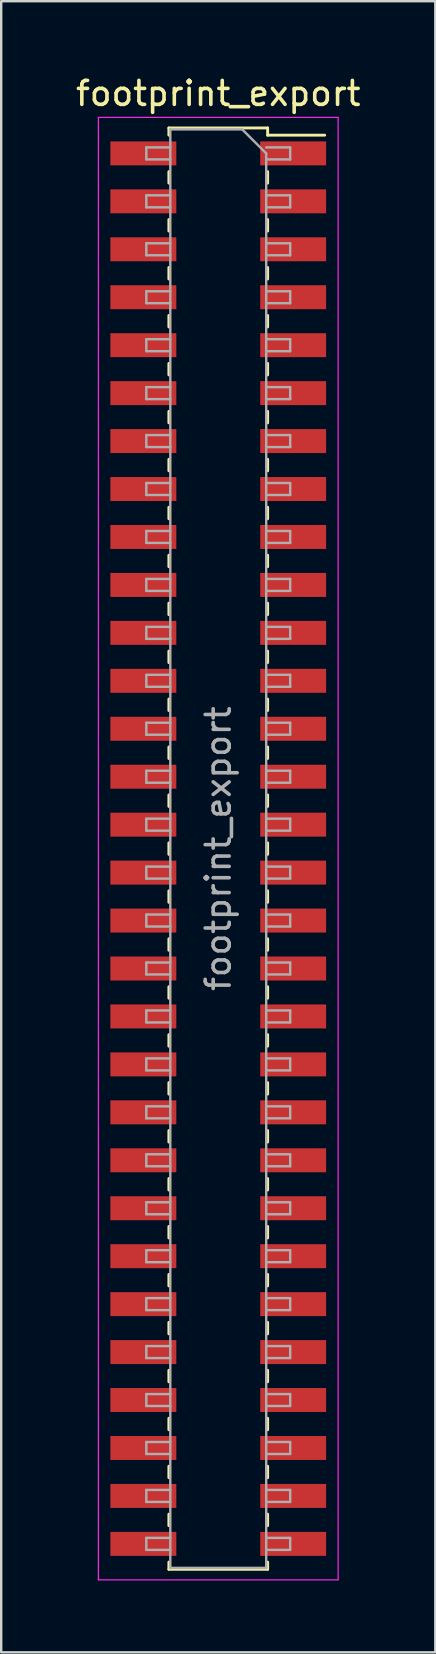
<source format=kicad_pcb>
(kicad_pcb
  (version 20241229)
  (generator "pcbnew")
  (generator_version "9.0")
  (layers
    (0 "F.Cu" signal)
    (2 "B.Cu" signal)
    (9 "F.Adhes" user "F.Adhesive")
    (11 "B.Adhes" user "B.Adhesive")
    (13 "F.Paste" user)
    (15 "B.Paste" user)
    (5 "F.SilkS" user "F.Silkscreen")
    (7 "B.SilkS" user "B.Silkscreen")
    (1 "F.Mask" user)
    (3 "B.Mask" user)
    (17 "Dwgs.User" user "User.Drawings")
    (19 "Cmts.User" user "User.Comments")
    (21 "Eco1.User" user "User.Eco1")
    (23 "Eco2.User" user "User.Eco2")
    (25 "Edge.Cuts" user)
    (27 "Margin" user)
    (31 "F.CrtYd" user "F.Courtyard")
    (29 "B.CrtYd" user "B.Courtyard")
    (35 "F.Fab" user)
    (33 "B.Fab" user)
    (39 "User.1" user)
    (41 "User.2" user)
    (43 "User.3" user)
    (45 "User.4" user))
  (footprint "footprint_export"
    (layer "F.Cu")
    (at 6.054 32.348)
    (property "Reference" "footprint_export" (at 0 -31.5 0) (layer "F.SilkS") (effects (font (size 1 1) (thickness 0.15))))
    (attr smd)
    (fp_line (start -2.06 -30.06) (end -2.06 -29.76) (stroke (width 0.12) (type solid)) (layer "F.SilkS"))
    (fp_line (start -2.06 -30.06) (end 2.06 -30.06) (stroke (width 0.12) (type solid)) (layer "F.SilkS"))
    (fp_line (start -2.06 -28.24) (end -2.06 -27.76) (stroke (width 0.12) (type solid)) (layer "F.SilkS"))
    (fp_line (start -2.06 -26.24) (end -2.06 -25.76) (stroke (width 0.12) (type solid)) (layer "F.SilkS"))
    (fp_line (start -2.06 -24.24) (end -2.06 -23.76) (stroke (width 0.12) (type solid)) (layer "F.SilkS"))
    (fp_line (start -2.06 -22.24) (end -2.06 -21.76) (stroke (width 0.12) (type solid)) (layer "F.SilkS"))
    (fp_line (start -2.06 -20.24) (end -2.06 -19.76) (stroke (width 0.12) (type solid)) (layer "F.SilkS"))
    (fp_line (start -2.06 -18.24) (end -2.06 -17.76) (stroke (width 0.12) (type solid)) (layer "F.SilkS"))
    (fp_line (start -2.06 -16.24) (end -2.06 -15.76) (stroke (width 0.12) (type solid)) (layer "F.SilkS"))
    (fp_line (start -2.06 -14.24) (end -2.06 -13.76) (stroke (width 0.12) (type solid)) (layer "F.SilkS"))
    (fp_line (start -2.06 -12.24) (end -2.06 -11.76) (stroke (width 0.12) (type solid)) (layer "F.SilkS"))
    (fp_line (start -2.06 -10.24) (end -2.06 -9.76) (stroke (width 0.12) (type solid)) (layer "F.SilkS"))
    (fp_line (start -2.06 -8.24) (end -2.06 -7.76) (stroke (width 0.12) (type solid)) (layer "F.SilkS"))
    (fp_line (start -2.06 -6.24) (end -2.06 -5.76) (stroke (width 0.12) (type solid)) (layer "F.SilkS"))
    (fp_line (start -2.06 -4.24) (end -2.06 -3.76) (stroke (width 0.12) (type solid)) (layer "F.SilkS"))
    (fp_line (start -2.06 -2.24) (end -2.06 -1.76) (stroke (width 0.12) (type solid)) (layer "F.SilkS"))
    (fp_line (start -2.06 -0.24) (end -2.06 0.24) (stroke (width 0.12) (type solid)) (layer "F.SilkS"))
    (fp_line (start -2.06 1.76) (end -2.06 2.24) (stroke (width 0.12) (type solid)) (layer "F.SilkS"))
    (fp_line (start -2.06 3.76) (end -2.06 4.24) (stroke (width 0.12) (type solid)) (layer "F.SilkS"))
    (fp_line (start -2.06 5.76) (end -2.06 6.24) (stroke (width 0.12) (type solid)) (layer "F.SilkS"))
    (fp_line (start -2.06 7.76) (end -2.06 8.24) (stroke (width 0.12) (type solid)) (layer "F.SilkS"))
    (fp_line (start -2.06 9.76) (end -2.06 10.24) (stroke (width 0.12) (type solid)) (layer "F.SilkS"))
    (fp_line (start -2.06 11.76) (end -2.06 12.24) (stroke (width 0.12) (type solid)) (layer "F.SilkS"))
    (fp_line (start -2.06 13.76) (end -2.06 14.24) (stroke (width 0.12) (type solid)) (layer "F.SilkS"))
    (fp_line (start -2.06 15.76) (end -2.06 16.24) (stroke (width 0.12) (type solid)) (layer "F.SilkS"))
    (fp_line (start -2.06 17.76) (end -2.06 18.24) (stroke (width 0.12) (type solid)) (layer "F.SilkS"))
    (fp_line (start -2.06 19.76) (end -2.06 20.24) (stroke (width 0.12) (type solid)) (layer "F.SilkS"))
    (fp_line (start -2.06 21.76) (end -2.06 22.24) (stroke (width 0.12) (type solid)) (layer "F.SilkS"))
    (fp_line (start -2.06 23.76) (end -2.06 24.24) (stroke (width 0.12) (type solid)) (layer "F.SilkS"))
    (fp_line (start -2.06 25.76) (end -2.06 26.24) (stroke (width 0.12) (type solid)) (layer "F.SilkS"))
    (fp_line (start -2.06 27.76) (end -2.06 28.24) (stroke (width 0.12) (type solid)) (layer "F.SilkS"))
    (fp_line (start -2.06 29.76) (end -2.06 30.06) (stroke (width 0.12) (type solid)) (layer "F.SilkS"))
    (fp_line (start -2.06 30.06) (end 2.06 30.06) (stroke (width 0.12) (type solid)) (layer "F.SilkS"))
    (fp_line (start 2.06 -30.06) (end 2.06 -29.76) (stroke (width 0.12) (type solid)) (layer "F.SilkS"))
    (fp_line (start 2.06 -29.76) (end 4.44 -29.76) (stroke (width 0.12) (type solid)) (layer "F.SilkS"))
    (fp_line (start 2.06 -28.24) (end 2.06 -27.76) (stroke (width 0.12) (type solid)) (layer "F.SilkS"))
    (fp_line (start 2.06 -26.24) (end 2.06 -25.76) (stroke (width 0.12) (type solid)) (layer "F.SilkS"))
    (fp_line (start 2.06 -24.24) (end 2.06 -23.76) (stroke (width 0.12) (type solid)) (layer "F.SilkS"))
    (fp_line (start 2.06 -22.24) (end 2.06 -21.76) (stroke (width 0.12) (type solid)) (layer "F.SilkS"))
    (fp_line (start 2.06 -20.24) (end 2.06 -19.76) (stroke (width 0.12) (type solid)) (layer "F.SilkS"))
    (fp_line (start 2.06 -18.24) (end 2.06 -17.76) (stroke (width 0.12) (type solid)) (layer "F.SilkS"))
    (fp_line (start 2.06 -16.24) (end 2.06 -15.76) (stroke (width 0.12) (type solid)) (layer "F.SilkS"))
    (fp_line (start 2.06 -14.24) (end 2.06 -13.76) (stroke (width 0.12) (type solid)) (layer "F.SilkS"))
    (fp_line (start 2.06 -12.24) (end 2.06 -11.76) (stroke (width 0.12) (type solid)) (layer "F.SilkS"))
    (fp_line (start 2.06 -10.24) (end 2.06 -9.76) (stroke (width 0.12) (type solid)) (layer "F.SilkS"))
    (fp_line (start 2.06 -8.24) (end 2.06 -7.76) (stroke (width 0.12) (type solid)) (layer "F.SilkS"))
    (fp_line (start 2.06 -6.24) (end 2.06 -5.76) (stroke (width 0.12) (type solid)) (layer "F.SilkS"))
    (fp_line (start 2.06 -4.24) (end 2.06 -3.76) (stroke (width 0.12) (type solid)) (layer "F.SilkS"))
    (fp_line (start 2.06 -2.24) (end 2.06 -1.76) (stroke (width 0.12) (type solid)) (layer "F.SilkS"))
    (fp_line (start 2.06 -0.24) (end 2.06 0.24) (stroke (width 0.12) (type solid)) (layer "F.SilkS"))
    (fp_line (start 2.06 1.76) (end 2.06 2.24) (stroke (width 0.12) (type solid)) (layer "F.SilkS"))
    (fp_line (start 2.06 3.76) (end 2.06 4.24) (stroke (width 0.12) (type solid)) (layer "F.SilkS"))
    (fp_line (start 2.06 5.76) (end 2.06 6.24) (stroke (width 0.12) (type solid)) (layer "F.SilkS"))
    (fp_line (start 2.06 7.76) (end 2.06 8.24) (stroke (width 0.12) (type solid)) (layer "F.SilkS"))
    (fp_line (start 2.06 9.76) (end 2.06 10.24) (stroke (width 0.12) (type solid)) (layer "F.SilkS"))
    (fp_line (start 2.06 11.76) (end 2.06 12.24) (stroke (width 0.12) (type solid)) (layer "F.SilkS"))
    (fp_line (start 2.06 13.76) (end 2.06 14.24) (stroke (width 0.12) (type solid)) (layer "F.SilkS"))
    (fp_line (start 2.06 15.76) (end 2.06 16.24) (stroke (width 0.12) (type solid)) (layer "F.SilkS"))
    (fp_line (start 2.06 17.76) (end 2.06 18.24) (stroke (width 0.12) (type solid)) (layer "F.SilkS"))
    (fp_line (start 2.06 19.76) (end 2.06 20.24) (stroke (width 0.12) (type solid)) (layer "F.SilkS"))
    (fp_line (start 2.06 21.76) (end 2.06 22.24) (stroke (width 0.12) (type solid)) (layer "F.SilkS"))
    (fp_line (start 2.06 23.76) (end 2.06 24.24) (stroke (width 0.12) (type solid)) (layer "F.SilkS"))
    (fp_line (start 2.06 25.76) (end 2.06 26.24) (stroke (width 0.12) (type solid)) (layer "F.SilkS"))
    (fp_line (start 2.06 27.76) (end 2.06 28.24) (stroke (width 0.12) (type solid)) (layer "F.SilkS"))
    (fp_line (start 2.06 29.76) (end 2.06 30.06) (stroke (width 0.12) (type solid)) (layer "F.SilkS"))
    (fp_line (start -5 -30.5) (end 5 -30.5) (stroke (width 0.05) (type solid)) (layer "F.CrtYd"))
    (fp_line (start -5 30.5) (end -5 -30.5) (stroke (width 0.05) (type solid)) (layer "F.CrtYd"))
    (fp_line (start 5 -30.5) (end 5 30.5) (stroke (width 0.05) (type solid)) (layer "F.CrtYd"))
    (fp_line (start 5 30.5) (end -5 30.5) (stroke (width 0.05) (type solid)) (layer "F.CrtYd"))
    (fp_line (start -3 -29.25) (end -2 -29.25) (stroke (width 0.1) (type solid)) (layer "F.Fab"))
    (fp_line (start -3 -28.75) (end -3 -29.25) (stroke (width 0.1) (type solid)) (layer "F.Fab"))
    (fp_line (start -3 -27.25) (end -2 -27.25) (stroke (width 0.1) (type solid)) (layer "F.Fab"))
    (fp_line (start -3 -26.75) (end -3 -27.25) (stroke (width 0.1) (type solid)) (layer "F.Fab"))
    (fp_line (start -3 -25.25) (end -2 -25.25) (stroke (width 0.1) (type solid)) (layer "F.Fab"))
    (fp_line (start -3 -24.75) (end -3 -25.25) (stroke (width 0.1) (type solid)) (layer "F.Fab"))
    (fp_line (start -3 -23.25) (end -2 -23.25) (stroke (width 0.1) (type solid)) (layer "F.Fab"))
    (fp_line (start -3 -22.75) (end -3 -23.25) (stroke (width 0.1) (type solid)) (layer "F.Fab"))
    (fp_line (start -3 -21.25) (end -2 -21.25) (stroke (width 0.1) (type solid)) (layer "F.Fab"))
    (fp_line (start -3 -20.75) (end -3 -21.25) (stroke (width 0.1) (type solid)) (layer "F.Fab"))
    (fp_line (start -3 -19.25) (end -2 -19.25) (stroke (width 0.1) (type solid)) (layer "F.Fab"))
    (fp_line (start -3 -18.75) (end -3 -19.25) (stroke (width 0.1) (type solid)) (layer "F.Fab"))
    (fp_line (start -3 -17.25) (end -2 -17.25) (stroke (width 0.1) (type solid)) (layer "F.Fab"))
    (fp_line (start -3 -16.75) (end -3 -17.25) (stroke (width 0.1) (type solid)) (layer "F.Fab"))
    (fp_line (start -3 -15.25) (end -2 -15.25) (stroke (width 0.1) (type solid)) (layer "F.Fab"))
    (fp_line (start -3 -14.75) (end -3 -15.25) (stroke (width 0.1) (type solid)) (layer "F.Fab"))
    (fp_line (start -3 -13.25) (end -2 -13.25) (stroke (width 0.1) (type solid)) (layer "F.Fab"))
    (fp_line (start -3 -12.75) (end -3 -13.25) (stroke (width 0.1) (type solid)) (layer "F.Fab"))
    (fp_line (start -3 -11.25) (end -2 -11.25) (stroke (width 0.1) (type solid)) (layer "F.Fab"))
    (fp_line (start -3 -10.75) (end -3 -11.25) (stroke (width 0.1) (type solid)) (layer "F.Fab"))
    (fp_line (start -3 -9.25) (end -2 -9.25) (stroke (width 0.1) (type solid)) (layer "F.Fab"))
    (fp_line (start -3 -8.75) (end -3 -9.25) (stroke (width 0.1) (type solid)) (layer "F.Fab"))
    (fp_line (start -3 -7.25) (end -2 -7.25) (stroke (width 0.1) (type solid)) (layer "F.Fab"))
    (fp_line (start -3 -6.75) (end -3 -7.25) (stroke (width 0.1) (type solid)) (layer "F.Fab"))
    (fp_line (start -3 -5.25) (end -2 -5.25) (stroke (width 0.1) (type solid)) (layer "F.Fab"))
    (fp_line (start -3 -4.75) (end -3 -5.25) (stroke (width 0.1) (type solid)) (layer "F.Fab"))
    (fp_line (start -3 -3.25) (end -2 -3.25) (stroke (width 0.1) (type solid)) (layer "F.Fab"))
    (fp_line (start -3 -2.75) (end -3 -3.25) (stroke (width 0.1) (type solid)) (layer "F.Fab"))
    (fp_line (start -3 -1.25) (end -2 -1.25) (stroke (width 0.1) (type solid)) (layer "F.Fab"))
    (fp_line (start -3 -0.75) (end -3 -1.25) (stroke (width 0.1) (type solid)) (layer "F.Fab"))
    (fp_line (start -3 0.75) (end -2 0.75) (stroke (width 0.1) (type solid)) (layer "F.Fab"))
    (fp_line (start -3 1.25) (end -3 0.75) (stroke (width 0.1) (type solid)) (layer "F.Fab"))
    (fp_line (start -3 2.75) (end -2 2.75) (stroke (width 0.1) (type solid)) (layer "F.Fab"))
    (fp_line (start -3 3.25) (end -3 2.75) (stroke (width 0.1) (type solid)) (layer "F.Fab"))
    (fp_line (start -3 4.75) (end -2 4.75) (stroke (width 0.1) (type solid)) (layer "F.Fab"))
    (fp_line (start -3 5.25) (end -3 4.75) (stroke (width 0.1) (type solid)) (layer "F.Fab"))
    (fp_line (start -3 6.75) (end -2 6.75) (stroke (width 0.1) (type solid)) (layer "F.Fab"))
    (fp_line (start -3 7.25) (end -3 6.75) (stroke (width 0.1) (type solid)) (layer "F.Fab"))
    (fp_line (start -3 8.75) (end -2 8.75) (stroke (width 0.1) (type solid)) (layer "F.Fab"))
    (fp_line (start -3 9.25) (end -3 8.75) (stroke (width 0.1) (type solid)) (layer "F.Fab"))
    (fp_line (start -3 10.75) (end -2 10.75) (stroke (width 0.1) (type solid)) (layer "F.Fab"))
    (fp_line (start -3 11.25) (end -3 10.75) (stroke (width 0.1) (type solid)) (layer "F.Fab"))
    (fp_line (start -3 12.75) (end -2 12.75) (stroke (width 0.1) (type solid)) (layer "F.Fab"))
    (fp_line (start -3 13.25) (end -3 12.75) (stroke (width 0.1) (type solid)) (layer "F.Fab"))
    (fp_line (start -3 14.75) (end -2 14.75) (stroke (width 0.1) (type solid)) (layer "F.Fab"))
    (fp_line (start -3 15.25) (end -3 14.75) (stroke (width 0.1) (type solid)) (layer "F.Fab"))
    (fp_line (start -3 16.75) (end -2 16.75) (stroke (width 0.1) (type solid)) (layer "F.Fab"))
    (fp_line (start -3 17.25) (end -3 16.75) (stroke (width 0.1) (type solid)) (layer "F.Fab"))
    (fp_line (start -3 18.75) (end -2 18.75) (stroke (width 0.1) (type solid)) (layer "F.Fab"))
    (fp_line (start -3 19.25) (end -3 18.75) (stroke (width 0.1) (type solid)) (layer "F.Fab"))
    (fp_line (start -3 20.75) (end -2 20.75) (stroke (width 0.1) (type solid)) (layer "F.Fab"))
    (fp_line (start -3 21.25) (end -3 20.75) (stroke (width 0.1) (type solid)) (layer "F.Fab"))
    (fp_line (start -3 22.75) (end -2 22.75) (stroke (width 0.1) (type solid)) (layer "F.Fab"))
    (fp_line (start -3 23.25) (end -3 22.75) (stroke (width 0.1) (type solid)) (layer "F.Fab"))
    (fp_line (start -3 24.75) (end -2 24.75) (stroke (width 0.1) (type solid)) (layer "F.Fab"))
    (fp_line (start -3 25.25) (end -3 24.75) (stroke (width 0.1) (type solid)) (layer "F.Fab"))
    (fp_line (start -3 26.75) (end -2 26.75) (stroke (width 0.1) (type solid)) (layer "F.Fab"))
    (fp_line (start -3 27.25) (end -3 26.75) (stroke (width 0.1) (type solid)) (layer "F.Fab"))
    (fp_line (start -3 28.75) (end -2 28.75) (stroke (width 0.1) (type solid)) (layer "F.Fab"))
    (fp_line (start -3 29.25) (end -3 28.75) (stroke (width 0.1) (type solid)) (layer "F.Fab"))
    (fp_line (start -2 -30) (end 1 -30) (stroke (width 0.1) (type solid)) (layer "F.Fab"))
    (fp_line (start -2 -28.75) (end -3 -28.75) (stroke (width 0.1) (type solid)) (layer "F.Fab"))
    (fp_line (start -2 -26.75) (end -3 -26.75) (stroke (width 0.1) (type solid)) (layer "F.Fab"))
    (fp_line (start -2 -24.75) (end -3 -24.75) (stroke (width 0.1) (type solid)) (layer "F.Fab"))
    (fp_line (start -2 -22.75) (end -3 -22.75) (stroke (width 0.1) (type solid)) (layer "F.Fab"))
    (fp_line (start -2 -20.75) (end -3 -20.75) (stroke (width 0.1) (type solid)) (layer "F.Fab"))
    (fp_line (start -2 -18.75) (end -3 -18.75) (stroke (width 0.1) (type solid)) (layer "F.Fab"))
    (fp_line (start -2 -16.75) (end -3 -16.75) (stroke (width 0.1) (type solid)) (layer "F.Fab"))
    (fp_line (start -2 -14.75) (end -3 -14.75) (stroke (width 0.1) (type solid)) (layer "F.Fab"))
    (fp_line (start -2 -12.75) (end -3 -12.75) (stroke (width 0.1) (type solid)) (layer "F.Fab"))
    (fp_line (start -2 -10.75) (end -3 -10.75) (stroke (width 0.1) (type solid)) (layer "F.Fab"))
    (fp_line (start -2 -8.75) (end -3 -8.75) (stroke (width 0.1) (type solid)) (layer "F.Fab"))
    (fp_line (start -2 -6.75) (end -3 -6.75) (stroke (width 0.1) (type solid)) (layer "F.Fab"))
    (fp_line (start -2 -4.75) (end -3 -4.75) (stroke (width 0.1) (type solid)) (layer "F.Fab"))
    (fp_line (start -2 -2.75) (end -3 -2.75) (stroke (width 0.1) (type solid)) (layer "F.Fab"))
    (fp_line (start -2 -0.75) (end -3 -0.75) (stroke (width 0.1) (type solid)) (layer "F.Fab"))
    (fp_line (start -2 1.25) (end -3 1.25) (stroke (width 0.1) (type solid)) (layer "F.Fab"))
    (fp_line (start -2 3.25) (end -3 3.25) (stroke (width 0.1) (type solid)) (layer "F.Fab"))
    (fp_line (start -2 5.25) (end -3 5.25) (stroke (width 0.1) (type solid)) (layer "F.Fab"))
    (fp_line (start -2 7.25) (end -3 7.25) (stroke (width 0.1) (type solid)) (layer "F.Fab"))
    (fp_line (start -2 9.25) (end -3 9.25) (stroke (width 0.1) (type solid)) (layer "F.Fab"))
    (fp_line (start -2 11.25) (end -3 11.25) (stroke (width 0.1) (type solid)) (layer "F.Fab"))
    (fp_line (start -2 13.25) (end -3 13.25) (stroke (width 0.1) (type solid)) (layer "F.Fab"))
    (fp_line (start -2 15.25) (end -3 15.25) (stroke (width 0.1) (type solid)) (layer "F.Fab"))
    (fp_line (start -2 17.25) (end -3 17.25) (stroke (width 0.1) (type solid)) (layer "F.Fab"))
    (fp_line (start -2 19.25) (end -3 19.25) (stroke (width 0.1) (type solid)) (layer "F.Fab"))
    (fp_line (start -2 21.25) (end -3 21.25) (stroke (width 0.1) (type solid)) (layer "F.Fab"))
    (fp_line (start -2 23.25) (end -3 23.25) (stroke (width 0.1) (type solid)) (layer "F.Fab"))
    (fp_line (start -2 25.25) (end -3 25.25) (stroke (width 0.1) (type solid)) (layer "F.Fab"))
    (fp_line (start -2 27.25) (end -3 27.25) (stroke (width 0.1) (type solid)) (layer "F.Fab"))
    (fp_line (start -2 29.25) (end -3 29.25) (stroke (width 0.1) (type solid)) (layer "F.Fab"))
    (fp_line (start -2 30) (end -2 -30) (stroke (width 0.1) (type solid)) (layer "F.Fab"))
    (fp_line (start 1 -30) (end 2 -29) (stroke (width 0.1) (type solid)) (layer "F.Fab"))
    (fp_line (start 2 -29.25) (end 3 -29.25) (stroke (width 0.1) (type solid)) (layer "F.Fab"))
    (fp_line (start 2 -29) (end 2 30) (stroke (width 0.1) (type solid)) (layer "F.Fab"))
    (fp_line (start 2 -27.25) (end 3 -27.25) (stroke (width 0.1) (type solid)) (layer "F.Fab"))
    (fp_line (start 2 -25.25) (end 3 -25.25) (stroke (width 0.1) (type solid)) (layer "F.Fab"))
    (fp_line (start 2 -23.25) (end 3 -23.25) (stroke (width 0.1) (type solid)) (layer "F.Fab"))
    (fp_line (start 2 -21.25) (end 3 -21.25) (stroke (width 0.1) (type solid)) (layer "F.Fab"))
    (fp_line (start 2 -19.25) (end 3 -19.25) (stroke (width 0.1) (type solid)) (layer "F.Fab"))
    (fp_line (start 2 -17.25) (end 3 -17.25) (stroke (width 0.1) (type solid)) (layer "F.Fab"))
    (fp_line (start 2 -15.25) (end 3 -15.25) (stroke (width 0.1) (type solid)) (layer "F.Fab"))
    (fp_line (start 2 -13.25) (end 3 -13.25) (stroke (width 0.1) (type solid)) (layer "F.Fab"))
    (fp_line (start 2 -11.25) (end 3 -11.25) (stroke (width 0.1) (type solid)) (layer "F.Fab"))
    (fp_line (start 2 -9.25) (end 3 -9.25) (stroke (width 0.1) (type solid)) (layer "F.Fab"))
    (fp_line (start 2 -7.25) (end 3 -7.25) (stroke (width 0.1) (type solid)) (layer "F.Fab"))
    (fp_line (start 2 -5.25) (end 3 -5.25) (stroke (width 0.1) (type solid)) (layer "F.Fab"))
    (fp_line (start 2 -3.25) (end 3 -3.25) (stroke (width 0.1) (type solid)) (layer "F.Fab"))
    (fp_line (start 2 -1.25) (end 3 -1.25) (stroke (width 0.1) (type solid)) (layer "F.Fab"))
    (fp_line (start 2 0.75) (end 3 0.75) (stroke (width 0.1) (type solid)) (layer "F.Fab"))
    (fp_line (start 2 2.75) (end 3 2.75) (stroke (width 0.1) (type solid)) (layer "F.Fab"))
    (fp_line (start 2 4.75) (end 3 4.75) (stroke (width 0.1) (type solid)) (layer "F.Fab"))
    (fp_line (start 2 6.75) (end 3 6.75) (stroke (width 0.1) (type solid)) (layer "F.Fab"))
    (fp_line (start 2 8.75) (end 3 8.75) (stroke (width 0.1) (type solid)) (layer "F.Fab"))
    (fp_line (start 2 10.75) (end 3 10.75) (stroke (width 0.1) (type solid)) (layer "F.Fab"))
    (fp_line (start 2 12.75) (end 3 12.75) (stroke (width 0.1) (type solid)) (layer "F.Fab"))
    (fp_line (start 2 14.75) (end 3 14.75) (stroke (width 0.1) (type solid)) (layer "F.Fab"))
    (fp_line (start 2 16.75) (end 3 16.75) (stroke (width 0.1) (type solid)) (layer "F.Fab"))
    (fp_line (start 2 18.75) (end 3 18.75) (stroke (width 0.1) (type solid)) (layer "F.Fab"))
    (fp_line (start 2 20.75) (end 3 20.75) (stroke (width 0.1) (type solid)) (layer "F.Fab"))
    (fp_line (start 2 22.75) (end 3 22.75) (stroke (width 0.1) (type solid)) (layer "F.Fab"))
    (fp_line (start 2 24.75) (end 3 24.75) (stroke (width 0.1) (type solid)) (layer "F.Fab"))
    (fp_line (start 2 26.75) (end 3 26.75) (stroke (width 0.1) (type solid)) (layer "F.Fab"))
    (fp_line (start 2 28.75) (end 3 28.75) (stroke (width 0.1) (type solid)) (layer "F.Fab"))
    (fp_line (start 2 30) (end -2 30) (stroke (width 0.1) (type solid)) (layer "F.Fab"))
    (fp_line (start 3 -29.25) (end 3 -28.75) (stroke (width 0.1) (type solid)) (layer "F.Fab"))
    (fp_line (start 3 -28.75) (end 2 -28.75) (stroke (width 0.1) (type solid)) (layer "F.Fab"))
    (fp_line (start 3 -27.25) (end 3 -26.75) (stroke (width 0.1) (type solid)) (layer "F.Fab"))
    (fp_line (start 3 -26.75) (end 2 -26.75) (stroke (width 0.1) (type solid)) (layer "F.Fab"))
    (fp_line (start 3 -25.25) (end 3 -24.75) (stroke (width 0.1) (type solid)) (layer "F.Fab"))
    (fp_line (start 3 -24.75) (end 2 -24.75) (stroke (width 0.1) (type solid)) (layer "F.Fab"))
    (fp_line (start 3 -23.25) (end 3 -22.75) (stroke (width 0.1) (type solid)) (layer "F.Fab"))
    (fp_line (start 3 -22.75) (end 2 -22.75) (stroke (width 0.1) (type solid)) (layer "F.Fab"))
    (fp_line (start 3 -21.25) (end 3 -20.75) (stroke (width 0.1) (type solid)) (layer "F.Fab"))
    (fp_line (start 3 -20.75) (end 2 -20.75) (stroke (width 0.1) (type solid)) (layer "F.Fab"))
    (fp_line (start 3 -19.25) (end 3 -18.75) (stroke (width 0.1) (type solid)) (layer "F.Fab"))
    (fp_line (start 3 -18.75) (end 2 -18.75) (stroke (width 0.1) (type solid)) (layer "F.Fab"))
    (fp_line (start 3 -17.25) (end 3 -16.75) (stroke (width 0.1) (type solid)) (layer "F.Fab"))
    (fp_line (start 3 -16.75) (end 2 -16.75) (stroke (width 0.1) (type solid)) (layer "F.Fab"))
    (fp_line (start 3 -15.25) (end 3 -14.75) (stroke (width 0.1) (type solid)) (layer "F.Fab"))
    (fp_line (start 3 -14.75) (end 2 -14.75) (stroke (width 0.1) (type solid)) (layer "F.Fab"))
    (fp_line (start 3 -13.25) (end 3 -12.75) (stroke (width 0.1) (type solid)) (layer "F.Fab"))
    (fp_line (start 3 -12.75) (end 2 -12.75) (stroke (width 0.1) (type solid)) (layer "F.Fab"))
    (fp_line (start 3 -11.25) (end 3 -10.75) (stroke (width 0.1) (type solid)) (layer "F.Fab"))
    (fp_line (start 3 -10.75) (end 2 -10.75) (stroke (width 0.1) (type solid)) (layer "F.Fab"))
    (fp_line (start 3 -9.25) (end 3 -8.75) (stroke (width 0.1) (type solid)) (layer "F.Fab"))
    (fp_line (start 3 -8.75) (end 2 -8.75) (stroke (width 0.1) (type solid)) (layer "F.Fab"))
    (fp_line (start 3 -7.25) (end 3 -6.75) (stroke (width 0.1) (type solid)) (layer "F.Fab"))
    (fp_line (start 3 -6.75) (end 2 -6.75) (stroke (width 0.1) (type solid)) (layer "F.Fab"))
    (fp_line (start 3 -5.25) (end 3 -4.75) (stroke (width 0.1) (type solid)) (layer "F.Fab"))
    (fp_line (start 3 -4.75) (end 2 -4.75) (stroke (width 0.1) (type solid)) (layer "F.Fab"))
    (fp_line (start 3 -3.25) (end 3 -2.75) (stroke (width 0.1) (type solid)) (layer "F.Fab"))
    (fp_line (start 3 -2.75) (end 2 -2.75) (stroke (width 0.1) (type solid)) (layer "F.Fab"))
    (fp_line (start 3 -1.25) (end 3 -0.75) (stroke (width 0.1) (type solid)) (layer "F.Fab"))
    (fp_line (start 3 -0.75) (end 2 -0.75) (stroke (width 0.1) (type solid)) (layer "F.Fab"))
    (fp_line (start 3 0.75) (end 3 1.25) (stroke (width 0.1) (type solid)) (layer "F.Fab"))
    (fp_line (start 3 1.25) (end 2 1.25) (stroke (width 0.1) (type solid)) (layer "F.Fab"))
    (fp_line (start 3 2.75) (end 3 3.25) (stroke (width 0.1) (type solid)) (layer "F.Fab"))
    (fp_line (start 3 3.25) (end 2 3.25) (stroke (width 0.1) (type solid)) (layer "F.Fab"))
    (fp_line (start 3 4.75) (end 3 5.25) (stroke (width 0.1) (type solid)) (layer "F.Fab"))
    (fp_line (start 3 5.25) (end 2 5.25) (stroke (width 0.1) (type solid)) (layer "F.Fab"))
    (fp_line (start 3 6.75) (end 3 7.25) (stroke (width 0.1) (type solid)) (layer "F.Fab"))
    (fp_line (start 3 7.25) (end 2 7.25) (stroke (width 0.1) (type solid)) (layer "F.Fab"))
    (fp_line (start 3 8.75) (end 3 9.25) (stroke (width 0.1) (type solid)) (layer "F.Fab"))
    (fp_line (start 3 9.25) (end 2 9.25) (stroke (width 0.1) (type solid)) (layer "F.Fab"))
    (fp_line (start 3 10.75) (end 3 11.25) (stroke (width 0.1) (type solid)) (layer "F.Fab"))
    (fp_line (start 3 11.25) (end 2 11.25) (stroke (width 0.1) (type solid)) (layer "F.Fab"))
    (fp_line (start 3 12.75) (end 3 13.25) (stroke (width 0.1) (type solid)) (layer "F.Fab"))
    (fp_line (start 3 13.25) (end 2 13.25) (stroke (width 0.1) (type solid)) (layer "F.Fab"))
    (fp_line (start 3 14.75) (end 3 15.25) (stroke (width 0.1) (type solid)) (layer "F.Fab"))
    (fp_line (start 3 15.25) (end 2 15.25) (stroke (width 0.1) (type solid)) (layer "F.Fab"))
    (fp_line (start 3 16.75) (end 3 17.25) (stroke (width 0.1) (type solid)) (layer "F.Fab"))
    (fp_line (start 3 17.25) (end 2 17.25) (stroke (width 0.1) (type solid)) (layer "F.Fab"))
    (fp_line (start 3 18.75) (end 3 19.25) (stroke (width 0.1) (type solid)) (layer "F.Fab"))
    (fp_line (start 3 19.25) (end 2 19.25) (stroke (width 0.1) (type solid)) (layer "F.Fab"))
    (fp_line (start 3 20.75) (end 3 21.25) (stroke (width 0.1) (type solid)) (layer "F.Fab"))
    (fp_line (start 3 21.25) (end 2 21.25) (stroke (width 0.1) (type solid)) (layer "F.Fab"))
    (fp_line (start 3 22.75) (end 3 23.25) (stroke (width 0.1) (type solid)) (layer "F.Fab"))
    (fp_line (start 3 23.25) (end 2 23.25) (stroke (width 0.1) (type solid)) (layer "F.Fab"))
    (fp_line (start 3 24.75) (end 3 25.25) (stroke (width 0.1) (type solid)) (layer "F.Fab"))
    (fp_line (start 3 25.25) (end 2 25.25) (stroke (width 0.1) (type solid)) (layer "F.Fab"))
    (fp_line (start 3 26.75) (end 3 27.25) (stroke (width 0.1) (type solid)) (layer "F.Fab"))
    (fp_line (start 3 27.25) (end 2 27.25) (stroke (width 0.1) (type solid)) (layer "F.Fab"))
    (fp_line (start 3 28.75) (end 3 29.25) (stroke (width 0.1) (type solid)) (layer "F.Fab"))
    (fp_line (start 3 29.25) (end 2 29.25) (stroke (width 0.1) (type solid)) (layer "F.Fab"))
    (fp_text user "${REFERENCE}" (at 0 0 90) (layer "F.Fab") (effects (font (size 1 1) (thickness 0.15))))
    (pad "1" smd rect (at 3.125 -29) (size 2.75 1) (layers "F.Cu" "F.Mask" "F.Paste"))
    (pad "2" smd rect (at -3.125 -29) (size 2.75 1) (layers "F.Cu" "F.Mask" "F.Paste"))
    (pad "3" smd rect (at 3.125 -27) (size 2.75 1) (layers "F.Cu" "F.Mask" "F.Paste"))
    (pad "4" smd rect (at -3.125 -27) (size 2.75 1) (layers "F.Cu" "F.Mask" "F.Paste"))
    (pad "5" smd rect (at 3.125 -25) (size 2.75 1) (layers "F.Cu" "F.Mask" "F.Paste"))
    (pad "6" smd rect (at -3.125 -25) (size 2.75 1) (layers "F.Cu" "F.Mask" "F.Paste"))
    (pad "7" smd rect (at 3.125 -23) (size 2.75 1) (layers "F.Cu" "F.Mask" "F.Paste"))
    (pad "8" smd rect (at -3.125 -23) (size 2.75 1) (layers "F.Cu" "F.Mask" "F.Paste"))
    (pad "9" smd rect (at 3.125 -21) (size 2.75 1) (layers "F.Cu" "F.Mask" "F.Paste"))
    (pad "10" smd rect (at -3.125 -21) (size 2.75 1) (layers "F.Cu" "F.Mask" "F.Paste"))
    (pad "11" smd rect (at 3.125 -19) (size 2.75 1) (layers "F.Cu" "F.Mask" "F.Paste"))
    (pad "12" smd rect (at -3.125 -19) (size 2.75 1) (layers "F.Cu" "F.Mask" "F.Paste"))
    (pad "13" smd rect (at 3.125 -17) (size 2.75 1) (layers "F.Cu" "F.Mask" "F.Paste"))
    (pad "14" smd rect (at -3.125 -17) (size 2.75 1) (layers "F.Cu" "F.Mask" "F.Paste"))
    (pad "15" smd rect (at 3.125 -15) (size 2.75 1) (layers "F.Cu" "F.Mask" "F.Paste"))
    (pad "16" smd rect (at -3.125 -15) (size 2.75 1) (layers "F.Cu" "F.Mask" "F.Paste"))
    (pad "17" smd rect (at 3.125 -13) (size 2.75 1) (layers "F.Cu" "F.Mask" "F.Paste"))
    (pad "18" smd rect (at -3.125 -13) (size 2.75 1) (layers "F.Cu" "F.Mask" "F.Paste"))
    (pad "19" smd rect (at 3.125 -11) (size 2.75 1) (layers "F.Cu" "F.Mask" "F.Paste"))
    (pad "20" smd rect (at -3.125 -11) (size 2.75 1) (layers "F.Cu" "F.Mask" "F.Paste"))
    (pad "21" smd rect (at 3.125 -9) (size 2.75 1) (layers "F.Cu" "F.Mask" "F.Paste"))
    (pad "22" smd rect (at -3.125 -9) (size 2.75 1) (layers "F.Cu" "F.Mask" "F.Paste"))
    (pad "23" smd rect (at 3.125 -7) (size 2.75 1) (layers "F.Cu" "F.Mask" "F.Paste"))
    (pad "24" smd rect (at -3.125 -7) (size 2.75 1) (layers "F.Cu" "F.Mask" "F.Paste"))
    (pad "25" smd rect (at 3.125 -5) (size 2.75 1) (layers "F.Cu" "F.Mask" "F.Paste"))
    (pad "26" smd rect (at -3.125 -5) (size 2.75 1) (layers "F.Cu" "F.Mask" "F.Paste"))
    (pad "27" smd rect (at 3.125 -3) (size 2.75 1) (layers "F.Cu" "F.Mask" "F.Paste"))
    (pad "28" smd rect (at -3.125 -3) (size 2.75 1) (layers "F.Cu" "F.Mask" "F.Paste"))
    (pad "29" smd rect (at 3.125 -1) (size 2.75 1) (layers "F.Cu" "F.Mask" "F.Paste"))
    (pad "30" smd rect (at -3.125 -1) (size 2.75 1) (layers "F.Cu" "F.Mask" "F.Paste"))
    (pad "31" smd rect (at 3.125 1) (size 2.75 1) (layers "F.Cu" "F.Mask" "F.Paste"))
    (pad "32" smd rect (at -3.125 1) (size 2.75 1) (layers "F.Cu" "F.Mask" "F.Paste"))
    (pad "33" smd rect (at 3.125 3) (size 2.75 1) (layers "F.Cu" "F.Mask" "F.Paste"))
    (pad "34" smd rect (at -3.125 3) (size 2.75 1) (layers "F.Cu" "F.Mask" "F.Paste"))
    (pad "35" smd rect (at 3.125 5) (size 2.75 1) (layers "F.Cu" "F.Mask" "F.Paste"))
    (pad "36" smd rect (at -3.125 5) (size 2.75 1) (layers "F.Cu" "F.Mask" "F.Paste"))
    (pad "37" smd rect (at 3.125 7) (size 2.75 1) (layers "F.Cu" "F.Mask" "F.Paste"))
    (pad "38" smd rect (at -3.125 7) (size 2.75 1) (layers "F.Cu" "F.Mask" "F.Paste"))
    (pad "39" smd rect (at 3.125 9) (size 2.75 1) (layers "F.Cu" "F.Mask" "F.Paste"))
    (pad "40" smd rect (at -3.125 9) (size 2.75 1) (layers "F.Cu" "F.Mask" "F.Paste"))
    (pad "41" smd rect (at 3.125 11) (size 2.75 1) (layers "F.Cu" "F.Mask" "F.Paste"))
    (pad "42" smd rect (at -3.125 11) (size 2.75 1) (layers "F.Cu" "F.Mask" "F.Paste"))
    (pad "43" smd rect (at 3.125 13) (size 2.75 1) (layers "F.Cu" "F.Mask" "F.Paste"))
    (pad "44" smd rect (at -3.125 13) (size 2.75 1) (layers "F.Cu" "F.Mask" "F.Paste"))
    (pad "45" smd rect (at 3.125 15) (size 2.75 1) (layers "F.Cu" "F.Mask" "F.Paste"))
    (pad "46" smd rect (at -3.125 15) (size 2.75 1) (layers "F.Cu" "F.Mask" "F.Paste"))
    (pad "47" smd rect (at 3.125 17) (size 2.75 1) (layers "F.Cu" "F.Mask" "F.Paste"))
    (pad "48" smd rect (at -3.125 17) (size 2.75 1) (layers "F.Cu" "F.Mask" "F.Paste"))
    (pad "49" smd rect (at 3.125 19) (size 2.75 1) (layers "F.Cu" "F.Mask" "F.Paste"))
    (pad "50" smd rect (at -3.125 19) (size 2.75 1) (layers "F.Cu" "F.Mask" "F.Paste"))
    (pad "51" smd rect (at 3.125 21) (size 2.75 1) (layers "F.Cu" "F.Mask" "F.Paste"))
    (pad "52" smd rect (at -3.125 21) (size 2.75 1) (layers "F.Cu" "F.Mask" "F.Paste"))
    (pad "53" smd rect (at 3.125 23) (size 2.75 1) (layers "F.Cu" "F.Mask" "F.Paste"))
    (pad "54" smd rect (at -3.125 23) (size 2.75 1) (layers "F.Cu" "F.Mask" "F.Paste"))
    (pad "55" smd rect (at 3.125 25) (size 2.75 1) (layers "F.Cu" "F.Mask" "F.Paste"))
    (pad "56" smd rect (at -3.125 25) (size 2.75 1) (layers "F.Cu" "F.Mask" "F.Paste"))
    (pad "57" smd rect (at 3.125 27) (size 2.75 1) (layers "F.Cu" "F.Mask" "F.Paste"))
    (pad "58" smd rect (at -3.125 27) (size 2.75 1) (layers "F.Cu" "F.Mask" "F.Paste"))
    (pad "59" smd rect (at 3.125 29) (size 2.75 1) (layers "F.Cu" "F.Mask" "F.Paste"))
    (pad "60" smd rect (at -3.125 29) (size 2.75 1) (layers "F.Cu" "F.Mask" "F.Paste")))
  (gr_rect
    (start -3 -3)
    (end 15.107 65.873)
    (stroke (width 0.1) (type default))
    (fill no)
    (layer "Edge.Cuts")))
</source>
